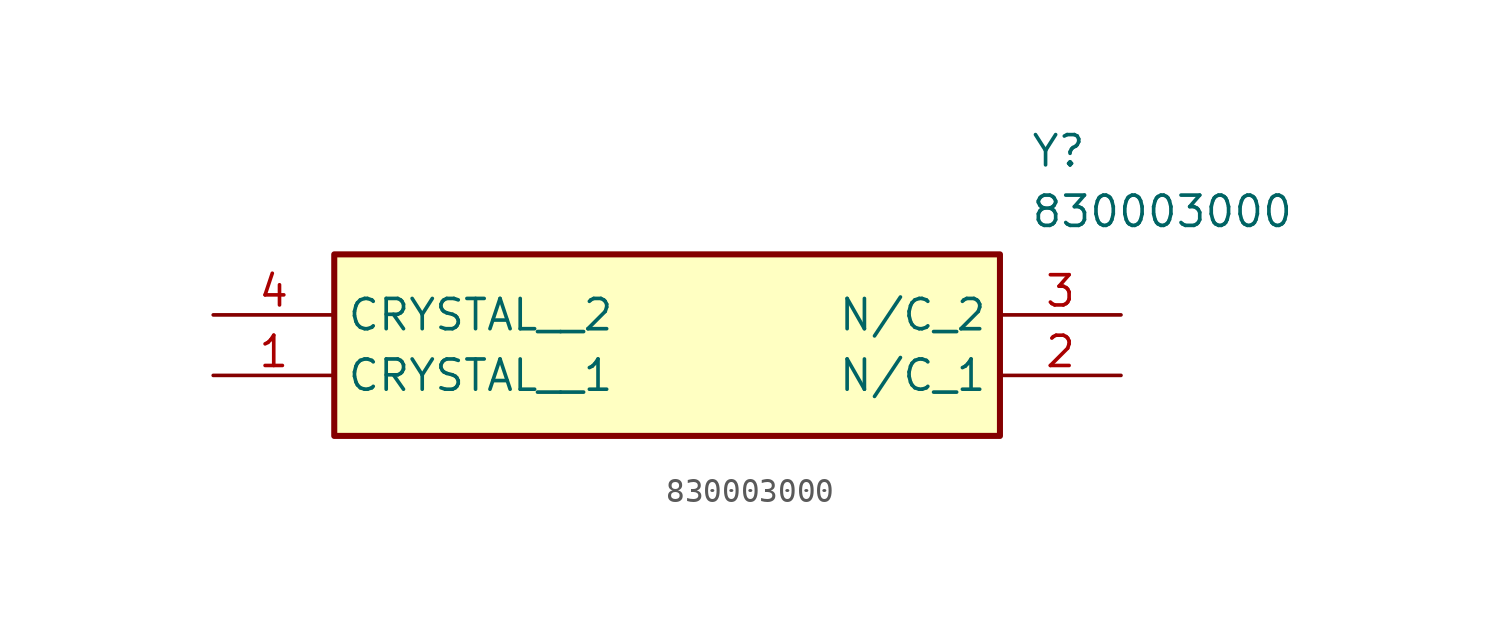
<source format=kicad_sym>
(kicad_symbol_lib
  (version 20211014)
  (generator SamacSys_ECAD_Model)
  (symbol "830003000"
    (property "Reference" "Y"
      (at 34.29 7.62 0)
      (effects (font (size 1.27 1.27)) (justify left top)))
    (property "Value" "830003000"
      (at 34.29 5.08 0)
      (effects (font (size 1.27 1.27)) (justify left top)))
    (rectangle
      (start 5.08 2.54)
      (end 33.02 -5.08)
      (stroke (width 0.254) (type default))
      (fill (type background)))
    (pin passive line
      (at 0 -2.54 0)
      (length 5.08)
      (name "CRYSTAL__1" (effects (font (size 1.27 1.27))))
      (number "1" (effects (font (size 1.27 1.27)))))
    (pin passive line
      (at 38.1 -2.54 180)
      (length 5.08)
      (name "N/C_1" (effects (font (size 1.27 1.27))))
      (number "2" (effects (font (size 1.27 1.27)))))
    (pin passive line
      (at 38.1 0 180)
      (length 5.08)
      (name "N/C_2" (effects (font (size 1.27 1.27))))
      (number "3" (effects (font (size 1.27 1.27)))))
    (pin passive line
      (at 0 0 0)
      (length 5.08)
      (name "CRYSTAL__2" (effects (font (size 1.27 1.27))))
      (number "4" (effects (font (size 1.27 1.27)))))))
</source>
